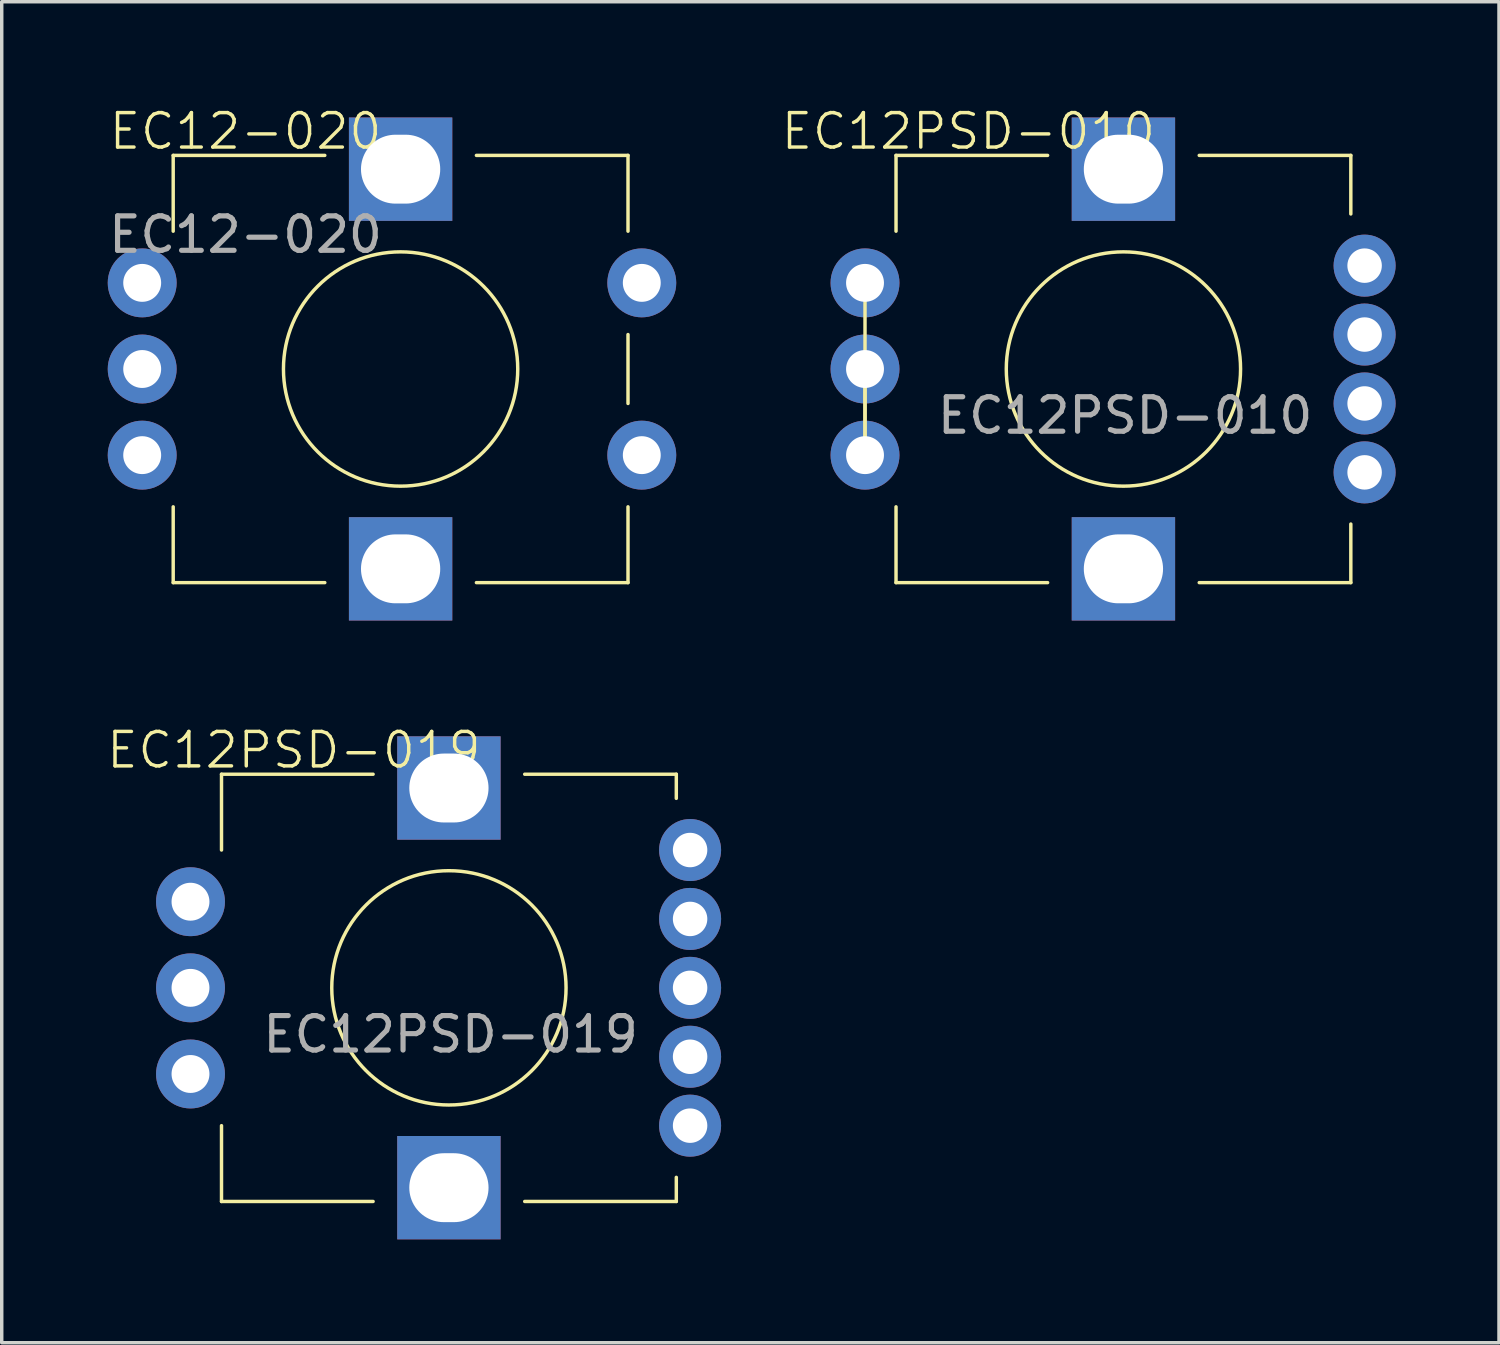
<source format=kicad_pcb>
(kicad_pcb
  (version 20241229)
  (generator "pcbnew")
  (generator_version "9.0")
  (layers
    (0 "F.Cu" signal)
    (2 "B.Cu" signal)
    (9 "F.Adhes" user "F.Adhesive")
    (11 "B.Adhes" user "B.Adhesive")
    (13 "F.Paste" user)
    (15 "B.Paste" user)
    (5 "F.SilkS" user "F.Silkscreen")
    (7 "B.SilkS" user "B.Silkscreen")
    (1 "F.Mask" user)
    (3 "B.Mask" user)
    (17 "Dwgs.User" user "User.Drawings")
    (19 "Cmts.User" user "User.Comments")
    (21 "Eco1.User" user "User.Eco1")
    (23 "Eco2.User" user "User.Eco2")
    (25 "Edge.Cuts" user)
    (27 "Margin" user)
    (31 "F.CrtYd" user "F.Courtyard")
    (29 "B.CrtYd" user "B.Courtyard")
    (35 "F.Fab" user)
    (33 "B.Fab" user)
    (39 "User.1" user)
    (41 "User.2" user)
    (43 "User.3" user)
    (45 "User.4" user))
  (footprint "EC12PSD-010"
    (layer "F.Cu")
    (at 22.056 5.16)
    (property "Reference" "EC12PSD-010" (at 3 -4.4 0) (unlocked yes) (layer "F.SilkS") (effects (font (size 1 1) (thickness 0.1))))
    (attr through_hole)
    (fp_line (start 0 0) (end 0 5) (stroke (width 0.1) (type default)) (layer "F.SilkS"))
    (fp_line (start 0 5) (end 0 2.5) (stroke (width 0.1) (type default)) (layer "F.SilkS"))
    (fp_line (start 0.9 -3.7) (end 0.9 -1.5) (stroke (width 0.1) (type default)) (layer "F.SilkS"))
    (fp_line (start 0.9 -3.7) (end 5.3 -3.7) (stroke (width 0.1) (type default)) (layer "F.SilkS"))
    (fp_line (start 0.9 8.7) (end 0.9 6.5) (stroke (width 0.1) (type default)) (layer "F.SilkS"))
    (fp_line (start 0.9 8.7) (end 5.3 8.7) (stroke (width 0.1) (type default)) (layer "F.SilkS"))
    (fp_line (start 9.7 8.7) (end 14.1 8.7) (stroke (width 0.1) (type default)) (layer "F.SilkS"))
    (fp_line (start 14.1 -3.7) (end 9.7 -3.7) (stroke (width 0.1) (type default)) (layer "F.SilkS"))
    (fp_line (start 14.1 -3.7) (end 14.1 -2) (stroke (width 0.1) (type default)) (layer "F.SilkS"))
    (fp_line (start 14.1 8.7) (end 14.1 7) (stroke (width 0.1) (type default)) (layer "F.SilkS"))
    (fp_circle (center 7.5 2.5) (end 10.9 2.5) (stroke (width 0.1) (type default)) (fill no) (layer "F.SilkS"))
    (fp_text user "${REFERENCE}" (at 7.55 3.85 0) (unlocked yes) (layer "F.Fab") (effects (font (size 1 1) (thickness 0.15))))
    (pad "+" thru_hole circle (at 14.5 1.5) (size 1.8 1.8) (drill 1) (layers "*.Cu" "*.Mask"))
    (pad "+" thru_hole circle (at 14.5 3.5) (size 1.8 1.8) (drill 1) (layers "*.Cu" "*.Mask"))
    (pad "-" thru_hole circle (at 14.5 5.5) (size 1.8 1.8) (drill 1) (layers "*.Cu" "*.Mask"))
    (pad "A" thru_hole circle (at 0 0) (size 2 2) (drill 1.1) (layers "*.Cu" "*.Mask"))
    (pad "B" thru_hole circle (at 0 5) (size 2 2) (drill 1.1) (layers "*.Cu" "*.Mask"))
    (pad "C" thru_hole circle (at 0 2.5) (size 2 2) (drill 1.1) (layers "*.Cu" "*.Mask"))
    (pad "GND" thru_hole rect (at 7.5 -3.3) (size 3 3) (drill oval 2.3 2) (layers "*.Cu" "*.Mask"))
    (pad "GND" thru_hole rect (at 7.5 8.3) (size 3 3) (drill oval 2.3 2) (layers "*.Cu" "*.Mask"))
    (pad "SW" thru_hole circle (at 14.5 -0.5) (size 1.8 1.8) (drill 1) (layers "*.Cu" "*.Mask")))
  (footprint "EC12-020"
    (layer "F.Cu")
    (at 1.077 5.16)
    (property "Reference" "EC12-020" (at 3 -4.4 0) (unlocked yes) (layer "F.SilkS") (effects (font (size 1 1) (thickness 0.1))))
    (attr through_hole)
    (fp_line (start 0.9 -3.7) (end 0.9 -1.5) (stroke (width 0.1) (type default)) (layer "F.SilkS"))
    (fp_line (start 0.9 -3.7) (end 5.3 -3.7) (stroke (width 0.1) (type default)) (layer "F.SilkS"))
    (fp_line (start 0.9 8.7) (end 0.9 6.5) (stroke (width 0.1) (type default)) (layer "F.SilkS"))
    (fp_line (start 0.9 8.7) (end 5.3 8.7) (stroke (width 0.1) (type default)) (layer "F.SilkS"))
    (fp_line (start 9.7 8.7) (end 14.1 8.7) (stroke (width 0.1) (type default)) (layer "F.SilkS"))
    (fp_line (start 14.1 -3.7) (end 9.7 -3.7) (stroke (width 0.1) (type default)) (layer "F.SilkS"))
    (fp_line (start 14.1 -3.7) (end 14.1 -1.5) (stroke (width 0.1) (type default)) (layer "F.SilkS"))
    (fp_line (start 14.1 1.5) (end 14.1 3.5) (stroke (width 0.1) (type default)) (layer "F.SilkS"))
    (fp_line (start 14.1 8.7) (end 14.1 6.5) (stroke (width 0.1) (type default)) (layer "F.SilkS"))
    (fp_circle (center 7.5 2.5) (end 10.9 2.5) (stroke (width 0.1) (type default)) (fill no) (layer "F.SilkS"))
    (fp_text user "${REFERENCE}" (at 3 -1.4 0) (unlocked yes) (layer "F.Fab") (effects (font (size 1 1) (thickness 0.15))))
    (pad "+" thru_hole circle (at 14.5 0) (size 2 2) (drill 1.1) (layers "*.Cu" "*.Mask"))
    (pad "-" thru_hole circle (at 14.5 5) (size 2 2) (drill 1.1) (layers "*.Cu" "*.Mask"))
    (pad "A" thru_hole circle (at 0 0) (size 2 2) (drill 1.1) (layers "*.Cu" "*.Mask"))
    (pad "B" thru_hole circle (at 0 5) (size 2 2) (drill 1.1) (layers "*.Cu" "*.Mask"))
    (pad "C" thru_hole circle (at 0 2.5) (size 2 2) (drill 1.1) (layers "*.Cu" "*.Mask"))
    (pad "GND" thru_hole rect (at 7.5 -3.3) (size 3 3) (drill oval 2.3 2) (layers "*.Cu" "*.Mask"))
    (pad "GND" thru_hole rect (at 7.5 8.3) (size 3 3) (drill oval 2.3 2) (layers "*.Cu" "*.Mask")))
  (footprint "EC12PSD-019"
    (layer "F.Cu")
    (at 2.479 23.121)
    (property "Reference" "EC12PSD-019" (at 3 -4.4 0) (unlocked yes) (layer "F.SilkS") (effects (font (size 1 1) (thickness 0.1))))
    (attr through_hole)
    (fp_line (start 0.9 -3.7) (end 0.9 -1.5) (stroke (width 0.1) (type default)) (layer "F.SilkS"))
    (fp_line (start 0.9 -3.7) (end 5.3 -3.7) (stroke (width 0.1) (type default)) (layer "F.SilkS"))
    (fp_line (start 0.9 8.7) (end 0.9 6.5) (stroke (width 0.1) (type default)) (layer "F.SilkS"))
    (fp_line (start 0.9 8.7) (end 5.3 8.7) (stroke (width 0.1) (type default)) (layer "F.SilkS"))
    (fp_line (start 9.7 8.7) (end 14.1 8.7) (stroke (width 0.1) (type default)) (layer "F.SilkS"))
    (fp_line (start 14.1 -3.7) (end 9.7 -3.7) (stroke (width 0.1) (type default)) (layer "F.SilkS"))
    (fp_line (start 14.1 -3.7) (end 14.1 -3) (stroke (width 0.1) (type default)) (layer "F.SilkS"))
    (fp_line (start 14.1 8.7) (end 14.1 8) (stroke (width 0.1) (type default)) (layer "F.SilkS"))
    (fp_circle (center 7.5 2.5) (end 10.9 2.5) (stroke (width 0.1) (type default)) (fill no) (layer "F.SilkS"))
    (fp_text user "${REFERENCE}" (at 7.55 3.85 0) (unlocked yes) (layer "F.Fab") (effects (font (size 1 1) (thickness 0.15))))
    (pad "+" thru_hole circle (at 14.5 6.5) (size 1.8 1.8) (drill 1) (layers "*.Cu" "*.Mask"))
    (pad "-" thru_hole circle (at 14.5 -1.5) (size 1.8 1.8) (drill 1) (layers "*.Cu" "*.Mask"))
    (pad "-" thru_hole circle (at 14.5 0.5) (size 1.8 1.8) (drill 1) (layers "*.Cu" "*.Mask"))
    (pad "-" thru_hole circle (at 14.5 4.5) (size 1.8 1.8) (drill 1) (layers "*.Cu" "*.Mask"))
    (pad "A" thru_hole circle (at 0 0) (size 2 2) (drill 1.1) (layers "*.Cu" "*.Mask"))
    (pad "B" thru_hole circle (at 0 5) (size 2 2) (drill 1.1) (layers "*.Cu" "*.Mask"))
    (pad "C" thru_hole circle (at 0 2.5) (size 2 2) (drill 1.1) (layers "*.Cu" "*.Mask"))
    (pad "GND" thru_hole rect (at 7.5 -3.3) (size 3 3) (drill oval 2.3 2) (layers "*.Cu" "*.Mask"))
    (pad "GND" thru_hole rect (at 7.5 8.3) (size 3 3) (drill oval 2.3 2) (layers "*.Cu" "*.Mask"))
    (pad "SW" thru_hole circle (at 14.5 2.5) (size 1.8 1.8) (drill 1) (layers "*.Cu" "*.Mask")))
  (gr_rect
    (start -3 -3)
    (end 40.456 35.921)
    (stroke (width 0.1) (type default))
    (fill no)
    (layer "Edge.Cuts")))
</source>
